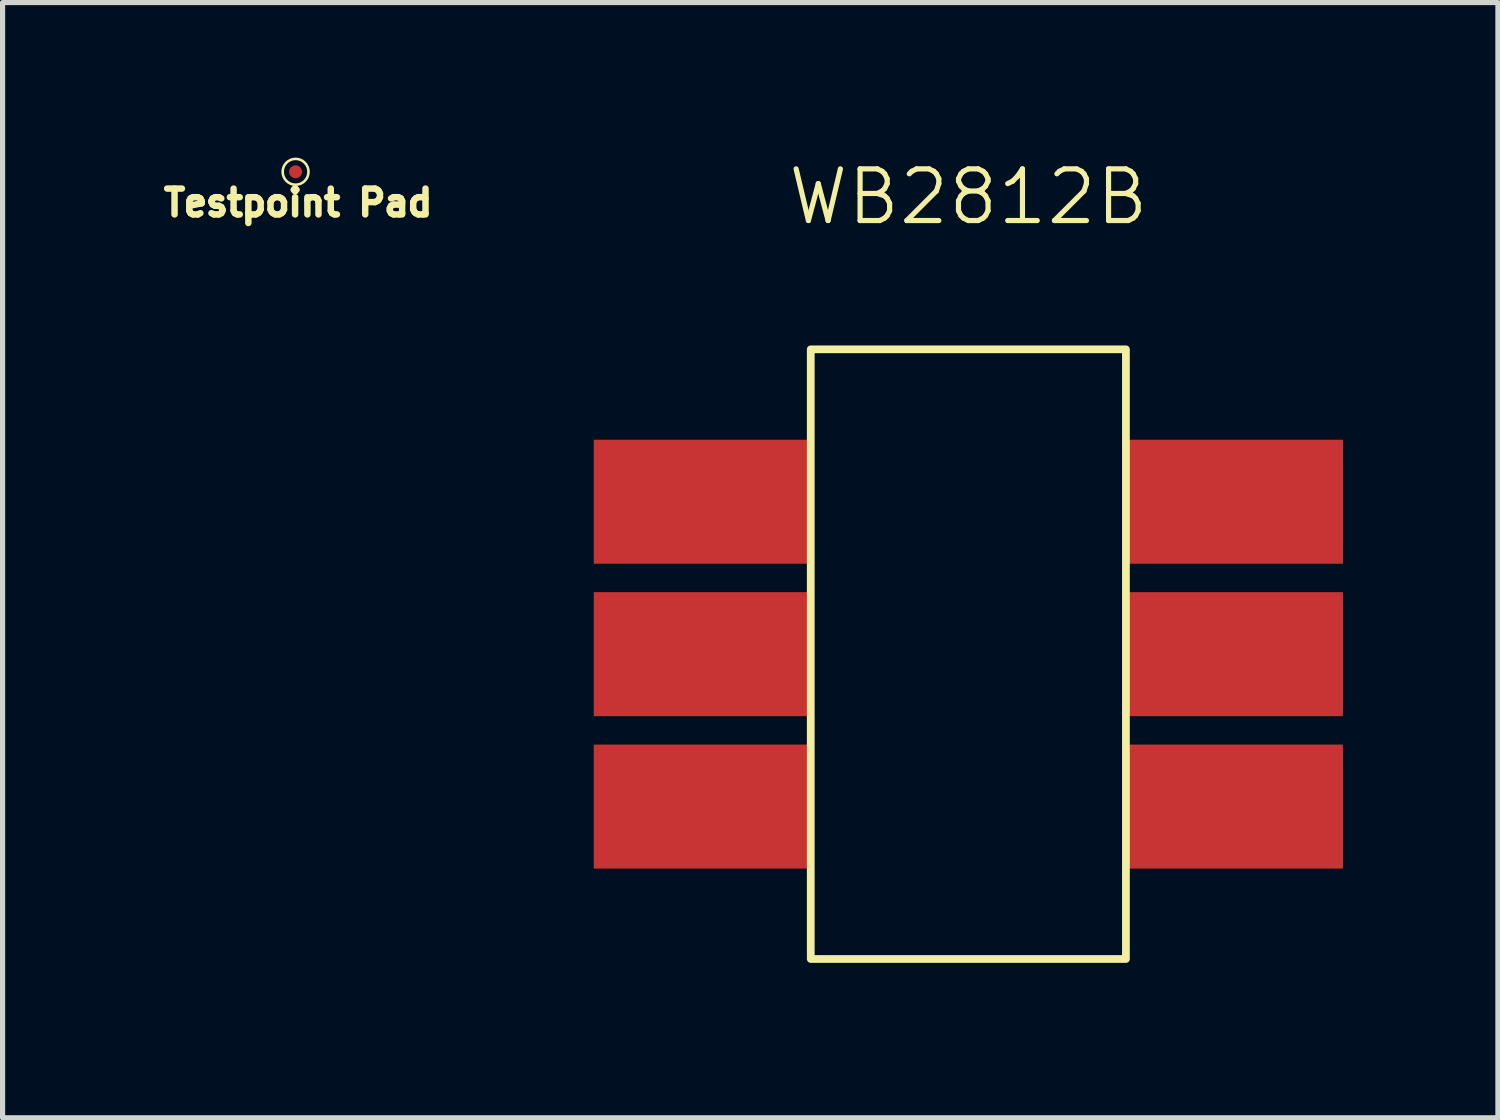
<source format=kicad_pcb>
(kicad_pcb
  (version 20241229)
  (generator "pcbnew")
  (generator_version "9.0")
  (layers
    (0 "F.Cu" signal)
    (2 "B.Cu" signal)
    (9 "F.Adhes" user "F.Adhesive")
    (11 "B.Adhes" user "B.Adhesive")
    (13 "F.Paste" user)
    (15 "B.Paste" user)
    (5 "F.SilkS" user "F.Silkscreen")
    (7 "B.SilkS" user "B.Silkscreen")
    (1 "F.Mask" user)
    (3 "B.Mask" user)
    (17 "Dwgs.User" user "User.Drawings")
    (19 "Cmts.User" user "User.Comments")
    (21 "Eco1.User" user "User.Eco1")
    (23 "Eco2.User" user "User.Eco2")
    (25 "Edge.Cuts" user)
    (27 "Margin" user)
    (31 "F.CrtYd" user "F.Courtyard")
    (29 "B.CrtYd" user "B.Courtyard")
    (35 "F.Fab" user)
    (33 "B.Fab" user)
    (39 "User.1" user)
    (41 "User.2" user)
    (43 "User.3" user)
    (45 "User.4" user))
  (footprint "WB2812B"
    (layer "F.Cu")
    (at 15.692 9.611)
    (property "Reference" "WB2812B" (at 0 -8.85 0) (unlocked yes) (layer "F.SilkS") (effects (font (size 1 1) (thickness 0.1))))
    (attr smd)
    (fp_rect (start -3.05 -5.9) (end 3.05 5.9) (stroke (width 0.15) (type default)) (fill no) (layer "F.SilkS"))
    (pad "1" smd rect (at -3.05 2.95) (size 4.2 2.4) (drill (offset -2.1 0)) (layers "F.Cu" "F.Mask" "F.Paste"))
    (pad "1" smd rect (at 3.05 2.95) (size 4.2 2.4) (drill (offset 2.1 0)) (layers "F.Cu" "F.Mask" "F.Paste"))
    (pad "2" smd rect (at 3.05 0) (size 4.2 2.4) (drill (offset 2.1 0)) (layers "F.Cu" "F.Mask" "F.Paste"))
    (pad "3" smd rect (at -3.05 -2.95) (size 4.2 2.4) (drill (offset -2.1 0)) (layers "F.Cu" "F.Mask" "F.Paste"))
    (pad "3" smd rect (at 3.05 -2.95) (size 4.2 2.4) (drill (offset 2.1 0)) (layers "F.Cu" "F.Mask" "F.Paste"))
    (pad "4" smd rect (at -3.05 0) (size 4.2 2.4) (drill (offset -2.1 0)) (layers "F.Cu" "F.Mask" "F.Paste")))
  (footprint "Testpoint Pad"
    (layer "F.Cu")
    (at 2.771 2.625)
    (property "Reference" "Testpoint Pad" (at -0.05 -1.75 0) (unlocked yes) (layer "F.SilkS") (effects (font (size 0.5 0.5) (thickness 0.125) (bold yes))))
    (attr smd)
    (fp_circle (center -0.1 -2.35) (end 0.15 -2.35) (stroke (width 0.05) (type default)) (fill no) (layer "F.SilkS"))
    (pad "1" smd circle (at -0.1 -2.35) (size 0.25 0.25) (layers "F.Cu" "F.Mask" "F.Paste")))
  (gr_rect
    (start -3 -3)
    (end 25.942 18.585)
    (stroke (width 0.1) (type default))
    (fill no)
    (layer "Edge.Cuts")))
</source>
